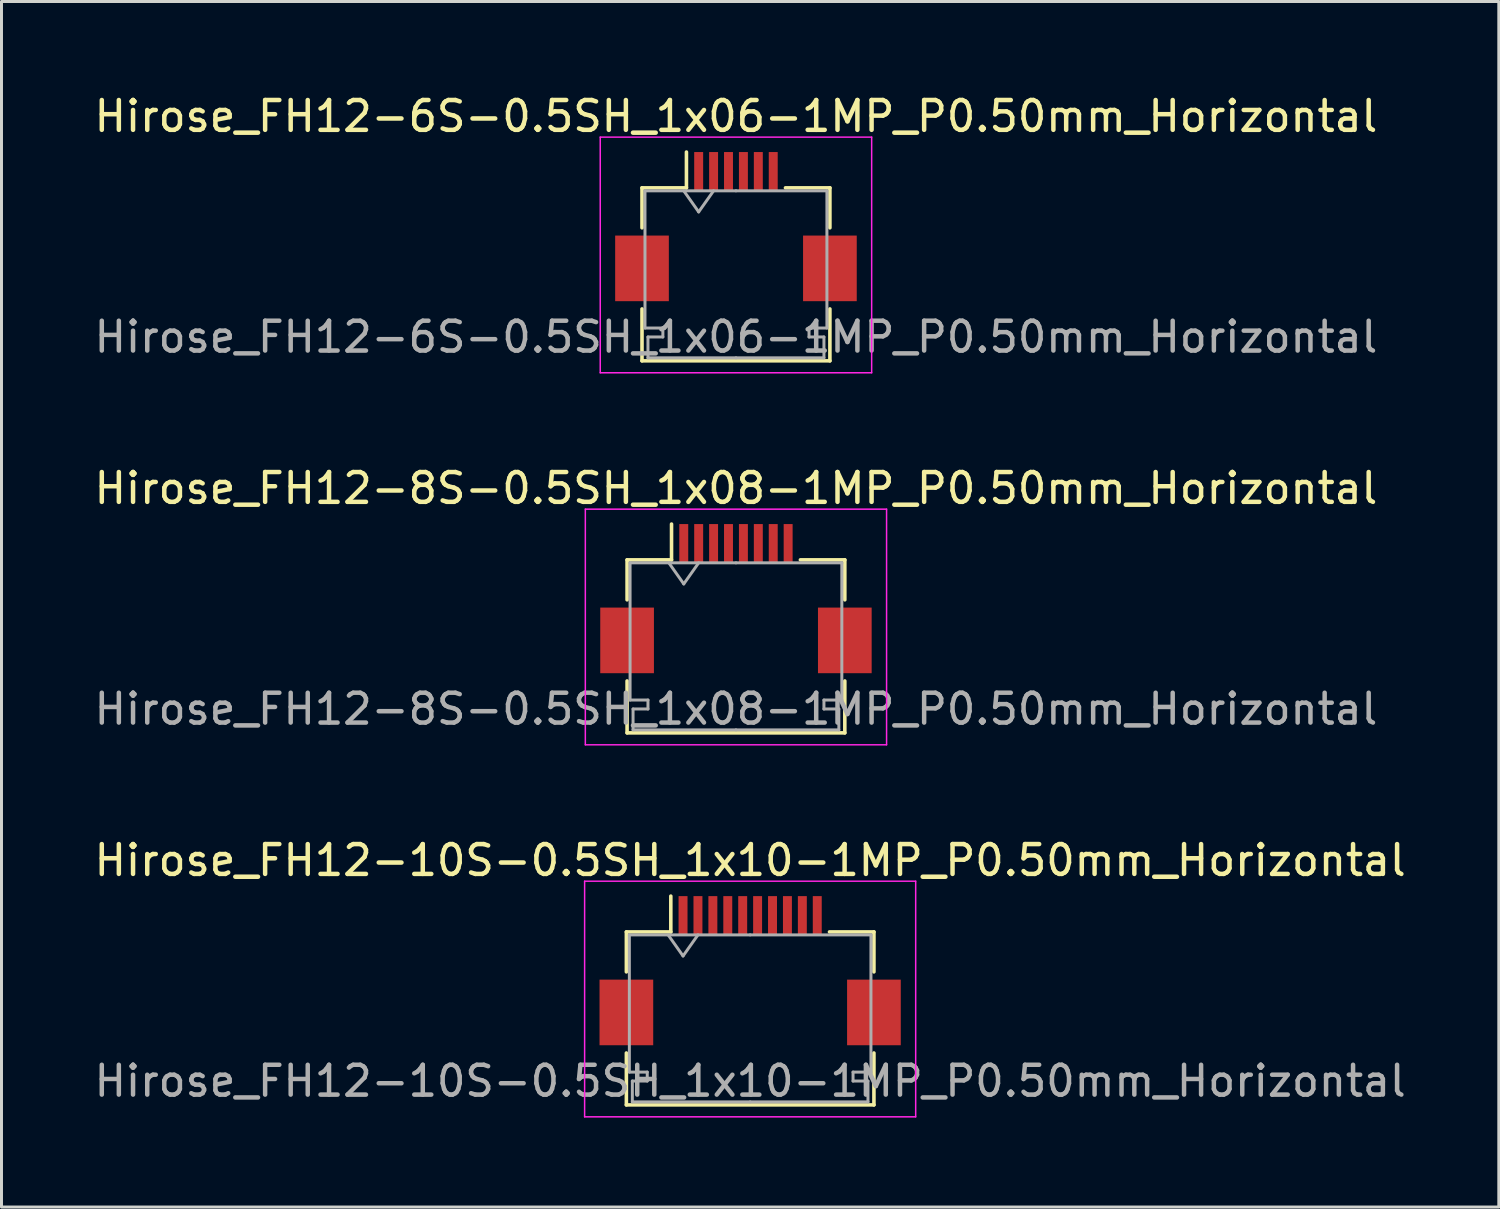
<source format=kicad_pcb>
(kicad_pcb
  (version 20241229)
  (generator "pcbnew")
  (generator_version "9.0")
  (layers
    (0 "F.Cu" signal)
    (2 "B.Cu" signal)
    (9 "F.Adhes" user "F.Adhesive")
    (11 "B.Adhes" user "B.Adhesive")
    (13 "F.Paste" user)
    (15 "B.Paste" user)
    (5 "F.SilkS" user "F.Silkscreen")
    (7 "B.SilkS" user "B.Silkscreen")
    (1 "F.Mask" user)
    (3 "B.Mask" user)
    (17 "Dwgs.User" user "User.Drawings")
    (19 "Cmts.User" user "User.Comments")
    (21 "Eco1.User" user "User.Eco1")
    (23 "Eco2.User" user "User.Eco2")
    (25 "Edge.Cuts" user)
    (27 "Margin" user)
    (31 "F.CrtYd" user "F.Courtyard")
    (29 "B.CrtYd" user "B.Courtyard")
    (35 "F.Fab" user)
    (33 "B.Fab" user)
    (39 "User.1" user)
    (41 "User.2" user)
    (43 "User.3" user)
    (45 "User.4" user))
  (footprint "Hirose_FH12-6S-0.5SH_1x06-1MP_P0.50mm_Horizontal"
    (layer "F.Cu")
    (at 21.625 4.548)
    (property "Reference" "Hirose_FH12-6S-0.5SH_1x06-1MP_P0.50mm_Horizontal" (at 0 -3.7 0) (layer "F.SilkS") (effects (font (size 1 1) (thickness 0.15))))
    (attr smd)
    (fp_line (start -3.15 -1.3) (end -3.15 0.04) (stroke (width 0.12) (type solid)) (layer "F.SilkS"))
    (fp_line (start -3.15 2.76) (end -3.15 4.5) (stroke (width 0.12) (type solid)) (layer "F.SilkS"))
    (fp_line (start -3.15 4.5) (end 3.15 4.5) (stroke (width 0.12) (type solid)) (layer "F.SilkS"))
    (fp_line (start -1.66 -1.3) (end -3.15 -1.3) (stroke (width 0.12) (type solid)) (layer "F.SilkS"))
    (fp_line (start -1.66 -1.3) (end -1.66 -2.5) (stroke (width 0.12) (type solid)) (layer "F.SilkS"))
    (fp_line (start 1.66 -1.3) (end 3.15 -1.3) (stroke (width 0.12) (type solid)) (layer "F.SilkS"))
    (fp_line (start 3.15 -1.3) (end 3.15 0.04) (stroke (width 0.12) (type solid)) (layer "F.SilkS"))
    (fp_line (start 3.15 4.5) (end 3.15 2.76) (stroke (width 0.12) (type solid)) (layer "F.SilkS"))
    (fp_line (start -4.55 -3) (end -4.55 4.9) (stroke (width 0.05) (type solid)) (layer "F.CrtYd"))
    (fp_line (start -4.55 4.9) (end 4.55 4.9) (stroke (width 0.05) (type solid)) (layer "F.CrtYd"))
    (fp_line (start 4.55 -3) (end -4.55 -3) (stroke (width 0.05) (type solid)) (layer "F.CrtYd"))
    (fp_line (start 4.55 4.9) (end 4.55 -3) (stroke (width 0.05) (type solid)) (layer "F.CrtYd"))
    (fp_line (start -3.05 -1.2) (end -3.05 3.4) (stroke (width 0.1) (type solid)) (layer "F.Fab"))
    (fp_line (start -3.05 3.4) (end -2.45 3.4) (stroke (width 0.1) (type solid)) (layer "F.Fab"))
    (fp_line (start -2.95 3.7) (end -2.95 4.4) (stroke (width 0.1) (type solid)) (layer "F.Fab"))
    (fp_line (start -2.95 4.4) (end 0 4.4) (stroke (width 0.1) (type solid)) (layer "F.Fab"))
    (fp_line (start -2.45 3.4) (end -2.45 3.7) (stroke (width 0.1) (type solid)) (layer "F.Fab"))
    (fp_line (start -2.45 3.7) (end -2.95 3.7) (stroke (width 0.1) (type solid)) (layer "F.Fab"))
    (fp_line (start -1.75 -1.2) (end -1.25 -0.493) (stroke (width 0.1) (type solid)) (layer "F.Fab"))
    (fp_line (start -1.25 -0.493) (end -0.75 -1.2) (stroke (width 0.1) (type solid)) (layer "F.Fab"))
    (fp_line (start 0 -1.2) (end -3.05 -1.2) (stroke (width 0.1) (type solid)) (layer "F.Fab"))
    (fp_line (start 0 -1.2) (end 3.05 -1.2) (stroke (width 0.1) (type solid)) (layer "F.Fab"))
    (fp_line (start 2.45 3.4) (end 2.45 3.7) (stroke (width 0.1) (type solid)) (layer "F.Fab"))
    (fp_line (start 2.45 3.7) (end 2.95 3.7) (stroke (width 0.1) (type solid)) (layer "F.Fab"))
    (fp_line (start 2.95 3.7) (end 2.95 4.4) (stroke (width 0.1) (type solid)) (layer "F.Fab"))
    (fp_line (start 2.95 4.4) (end 0 4.4) (stroke (width 0.1) (type solid)) (layer "F.Fab"))
    (fp_line (start 3.05 -1.2) (end 3.05 3.4) (stroke (width 0.1) (type solid)) (layer "F.Fab"))
    (fp_line (start 3.05 3.4) (end 2.45 3.4) (stroke (width 0.1) (type solid)) (layer "F.Fab"))
    (fp_text user "${REFERENCE}" (at 0 3.7 0) (layer "F.Fab") (effects (font (size 1 1) (thickness 0.15))))
    (pad "1" smd rect (at -1.25 -1.85) (size 0.3 1.3) (layers "F.Cu" "F.Mask" "F.Paste"))
    (pad "2" smd rect (at -0.75 -1.85) (size 0.3 1.3) (layers "F.Cu" "F.Mask" "F.Paste"))
    (pad "3" smd rect (at -0.25 -1.85) (size 0.3 1.3) (layers "F.Cu" "F.Mask" "F.Paste"))
    (pad "4" smd rect (at 0.25 -1.85) (size 0.3 1.3) (layers "F.Cu" "F.Mask" "F.Paste"))
    (pad "5" smd rect (at 0.75 -1.85) (size 0.3 1.3) (layers "F.Cu" "F.Mask" "F.Paste"))
    (pad "6" smd rect (at 1.25 -1.85) (size 0.3 1.3) (layers "F.Cu" "F.Mask" "F.Paste"))
    (pad "MP" smd rect (at -3.15 1.4) (size 1.8 2.2) (layers "F.Cu" "F.Mask" "F.Paste"))
    (pad "MP" smd rect (at 3.15 1.4) (size 1.8 2.2) (layers "F.Cu" "F.Mask" "F.Paste")))
  (footprint "Hirose_FH12-8S-0.5SH_1x08-1MP_P0.50mm_Horizontal"
    (layer "F.Cu")
    (at 21.625 17.021)
    (property "Reference" "Hirose_FH12-8S-0.5SH_1x08-1MP_P0.50mm_Horizontal" (at 0 -3.7 0) (layer "F.SilkS") (effects (font (size 1 1) (thickness 0.15))))
    (attr smd)
    (fp_line (start -3.65 -1.3) (end -3.65 0.04) (stroke (width 0.12) (type solid)) (layer "F.SilkS"))
    (fp_line (start -3.65 2.76) (end -3.65 4.5) (stroke (width 0.12) (type solid)) (layer "F.SilkS"))
    (fp_line (start -3.65 4.5) (end 3.65 4.5) (stroke (width 0.12) (type solid)) (layer "F.SilkS"))
    (fp_line (start -2.16 -1.3) (end -3.65 -1.3) (stroke (width 0.12) (type solid)) (layer "F.SilkS"))
    (fp_line (start -2.16 -1.3) (end -2.16 -2.5) (stroke (width 0.12) (type solid)) (layer "F.SilkS"))
    (fp_line (start 2.16 -1.3) (end 3.65 -1.3) (stroke (width 0.12) (type solid)) (layer "F.SilkS"))
    (fp_line (start 3.65 -1.3) (end 3.65 0.04) (stroke (width 0.12) (type solid)) (layer "F.SilkS"))
    (fp_line (start 3.65 4.5) (end 3.65 2.76) (stroke (width 0.12) (type solid)) (layer "F.SilkS"))
    (fp_line (start -5.05 -3) (end -5.05 4.9) (stroke (width 0.05) (type solid)) (layer "F.CrtYd"))
    (fp_line (start -5.05 4.9) (end 5.05 4.9) (stroke (width 0.05) (type solid)) (layer "F.CrtYd"))
    (fp_line (start 5.05 -3) (end -5.05 -3) (stroke (width 0.05) (type solid)) (layer "F.CrtYd"))
    (fp_line (start 5.05 4.9) (end 5.05 -3) (stroke (width 0.05) (type solid)) (layer "F.CrtYd"))
    (fp_line (start -3.55 -1.2) (end -3.55 3.4) (stroke (width 0.1) (type solid)) (layer "F.Fab"))
    (fp_line (start -3.55 3.4) (end -2.95 3.4) (stroke (width 0.1) (type solid)) (layer "F.Fab"))
    (fp_line (start -3.45 3.7) (end -3.45 4.4) (stroke (width 0.1) (type solid)) (layer "F.Fab"))
    (fp_line (start -3.45 4.4) (end 0 4.4) (stroke (width 0.1) (type solid)) (layer "F.Fab"))
    (fp_line (start -2.95 3.4) (end -2.95 3.7) (stroke (width 0.1) (type solid)) (layer "F.Fab"))
    (fp_line (start -2.95 3.7) (end -3.45 3.7) (stroke (width 0.1) (type solid)) (layer "F.Fab"))
    (fp_line (start -2.25 -1.2) (end -1.75 -0.493) (stroke (width 0.1) (type solid)) (layer "F.Fab"))
    (fp_line (start -1.75 -0.493) (end -1.25 -1.2) (stroke (width 0.1) (type solid)) (layer "F.Fab"))
    (fp_line (start 0 -1.2) (end -3.55 -1.2) (stroke (width 0.1) (type solid)) (layer "F.Fab"))
    (fp_line (start 0 -1.2) (end 3.55 -1.2) (stroke (width 0.1) (type solid)) (layer "F.Fab"))
    (fp_line (start 2.95 3.4) (end 2.95 3.7) (stroke (width 0.1) (type solid)) (layer "F.Fab"))
    (fp_line (start 2.95 3.7) (end 3.45 3.7) (stroke (width 0.1) (type solid)) (layer "F.Fab"))
    (fp_line (start 3.45 3.7) (end 3.45 4.4) (stroke (width 0.1) (type solid)) (layer "F.Fab"))
    (fp_line (start 3.45 4.4) (end 0 4.4) (stroke (width 0.1) (type solid)) (layer "F.Fab"))
    (fp_line (start 3.55 -1.2) (end 3.55 3.4) (stroke (width 0.1) (type solid)) (layer "F.Fab"))
    (fp_line (start 3.55 3.4) (end 2.95 3.4) (stroke (width 0.1) (type solid)) (layer "F.Fab"))
    (fp_text user "${REFERENCE}" (at 0 3.7 0) (layer "F.Fab") (effects (font (size 1 1) (thickness 0.15))))
    (pad "1" smd rect (at -1.75 -1.85) (size 0.3 1.3) (layers "F.Cu" "F.Mask" "F.Paste"))
    (pad "2" smd rect (at -1.25 -1.85) (size 0.3 1.3) (layers "F.Cu" "F.Mask" "F.Paste"))
    (pad "3" smd rect (at -0.75 -1.85) (size 0.3 1.3) (layers "F.Cu" "F.Mask" "F.Paste"))
    (pad "4" smd rect (at -0.25 -1.85) (size 0.3 1.3) (layers "F.Cu" "F.Mask" "F.Paste"))
    (pad "5" smd rect (at 0.25 -1.85) (size 0.3 1.3) (layers "F.Cu" "F.Mask" "F.Paste"))
    (pad "6" smd rect (at 0.75 -1.85) (size 0.3 1.3) (layers "F.Cu" "F.Mask" "F.Paste"))
    (pad "7" smd rect (at 1.25 -1.85) (size 0.3 1.3) (layers "F.Cu" "F.Mask" "F.Paste"))
    (pad "8" smd rect (at 1.75 -1.85) (size 0.3 1.3) (layers "F.Cu" "F.Mask" "F.Paste"))
    (pad "MP" smd rect (at -3.65 1.4) (size 1.8 2.2) (layers "F.Cu" "F.Mask" "F.Paste"))
    (pad "MP" smd rect (at 3.65 1.4) (size 1.8 2.2) (layers "F.Cu" "F.Mask" "F.Paste")))
  (footprint "Hirose_FH12-10S-0.5SH_1x10-1MP_P0.50mm_Horizontal"
    (layer "F.Cu")
    (at 22.101 29.495)
    (property "Reference" "Hirose_FH12-10S-0.5SH_1x10-1MP_P0.50mm_Horizontal" (at 0 -3.7 0) (layer "F.SilkS") (effects (font (size 1 1) (thickness 0.15))))
    (attr smd)
    (fp_line (start -4.15 -1.3) (end -4.15 0.04) (stroke (width 0.12) (type solid)) (layer "F.SilkS"))
    (fp_line (start -4.15 2.76) (end -4.15 4.5) (stroke (width 0.12) (type solid)) (layer "F.SilkS"))
    (fp_line (start -4.15 4.5) (end 4.15 4.5) (stroke (width 0.12) (type solid)) (layer "F.SilkS"))
    (fp_line (start -2.66 -1.3) (end -4.15 -1.3) (stroke (width 0.12) (type solid)) (layer "F.SilkS"))
    (fp_line (start -2.66 -1.3) (end -2.66 -2.5) (stroke (width 0.12) (type solid)) (layer "F.SilkS"))
    (fp_line (start 2.66 -1.3) (end 4.15 -1.3) (stroke (width 0.12) (type solid)) (layer "F.SilkS"))
    (fp_line (start 4.15 -1.3) (end 4.15 0.04) (stroke (width 0.12) (type solid)) (layer "F.SilkS"))
    (fp_line (start 4.15 4.5) (end 4.15 2.76) (stroke (width 0.12) (type solid)) (layer "F.SilkS"))
    (fp_line (start -5.55 -3) (end -5.55 4.9) (stroke (width 0.05) (type solid)) (layer "F.CrtYd"))
    (fp_line (start -5.55 4.9) (end 5.55 4.9) (stroke (width 0.05) (type solid)) (layer "F.CrtYd"))
    (fp_line (start 5.55 -3) (end -5.55 -3) (stroke (width 0.05) (type solid)) (layer "F.CrtYd"))
    (fp_line (start 5.55 4.9) (end 5.55 -3) (stroke (width 0.05) (type solid)) (layer "F.CrtYd"))
    (fp_line (start -4.05 -1.2) (end -4.05 3.4) (stroke (width 0.1) (type solid)) (layer "F.Fab"))
    (fp_line (start -4.05 3.4) (end -3.45 3.4) (stroke (width 0.1) (type solid)) (layer "F.Fab"))
    (fp_line (start -3.95 3.7) (end -3.95 4.4) (stroke (width 0.1) (type solid)) (layer "F.Fab"))
    (fp_line (start -3.95 4.4) (end 0 4.4) (stroke (width 0.1) (type solid)) (layer "F.Fab"))
    (fp_line (start -3.45 3.4) (end -3.45 3.7) (stroke (width 0.1) (type solid)) (layer "F.Fab"))
    (fp_line (start -3.45 3.7) (end -3.95 3.7) (stroke (width 0.1) (type solid)) (layer "F.Fab"))
    (fp_line (start -2.75 -1.2) (end -2.25 -0.493) (stroke (width 0.1) (type solid)) (layer "F.Fab"))
    (fp_line (start -2.25 -0.493) (end -1.75 -1.2) (stroke (width 0.1) (type solid)) (layer "F.Fab"))
    (fp_line (start 0 -1.2) (end -4.05 -1.2) (stroke (width 0.1) (type solid)) (layer "F.Fab"))
    (fp_line (start 0 -1.2) (end 4.05 -1.2) (stroke (width 0.1) (type solid)) (layer "F.Fab"))
    (fp_line (start 3.45 3.4) (end 3.45 3.7) (stroke (width 0.1) (type solid)) (layer "F.Fab"))
    (fp_line (start 3.45 3.7) (end 3.95 3.7) (stroke (width 0.1) (type solid)) (layer "F.Fab"))
    (fp_line (start 3.95 3.7) (end 3.95 4.4) (stroke (width 0.1) (type solid)) (layer "F.Fab"))
    (fp_line (start 3.95 4.4) (end 0 4.4) (stroke (width 0.1) (type solid)) (layer "F.Fab"))
    (fp_line (start 4.05 -1.2) (end 4.05 3.4) (stroke (width 0.1) (type solid)) (layer "F.Fab"))
    (fp_line (start 4.05 3.4) (end 3.45 3.4) (stroke (width 0.1) (type solid)) (layer "F.Fab"))
    (fp_text user "${REFERENCE}" (at 0 3.7 0) (layer "F.Fab") (effects (font (size 1 1) (thickness 0.15))))
    (pad "1" smd rect (at -2.25 -1.85) (size 0.3 1.3) (layers "F.Cu" "F.Mask" "F.Paste"))
    (pad "2" smd rect (at -1.75 -1.85) (size 0.3 1.3) (layers "F.Cu" "F.Mask" "F.Paste"))
    (pad "3" smd rect (at -1.25 -1.85) (size 0.3 1.3) (layers "F.Cu" "F.Mask" "F.Paste"))
    (pad "4" smd rect (at -0.75 -1.85) (size 0.3 1.3) (layers "F.Cu" "F.Mask" "F.Paste"))
    (pad "5" smd rect (at -0.25 -1.85) (size 0.3 1.3) (layers "F.Cu" "F.Mask" "F.Paste"))
    (pad "6" smd rect (at 0.25 -1.85) (size 0.3 1.3) (layers "F.Cu" "F.Mask" "F.Paste"))
    (pad "7" smd rect (at 0.75 -1.85) (size 0.3 1.3) (layers "F.Cu" "F.Mask" "F.Paste"))
    (pad "8" smd rect (at 1.25 -1.85) (size 0.3 1.3) (layers "F.Cu" "F.Mask" "F.Paste"))
    (pad "9" smd rect (at 1.75 -1.85) (size 0.3 1.3) (layers "F.Cu" "F.Mask" "F.Paste"))
    (pad "10" smd rect (at 2.25 -1.85) (size 0.3 1.3) (layers "F.Cu" "F.Mask" "F.Paste"))
    (pad "MP" smd rect (at -4.15 1.4) (size 1.8 2.2) (layers "F.Cu" "F.Mask" "F.Paste"))
    (pad "MP" smd rect (at 4.15 1.4) (size 1.8 2.2) (layers "F.Cu" "F.Mask" "F.Paste")))
  (gr_rect
    (start -3 -3)
    (end 47.202 37.42)
    (stroke (width 0.1) (type default))
    (fill no)
    (layer "Edge.Cuts")))
</source>
